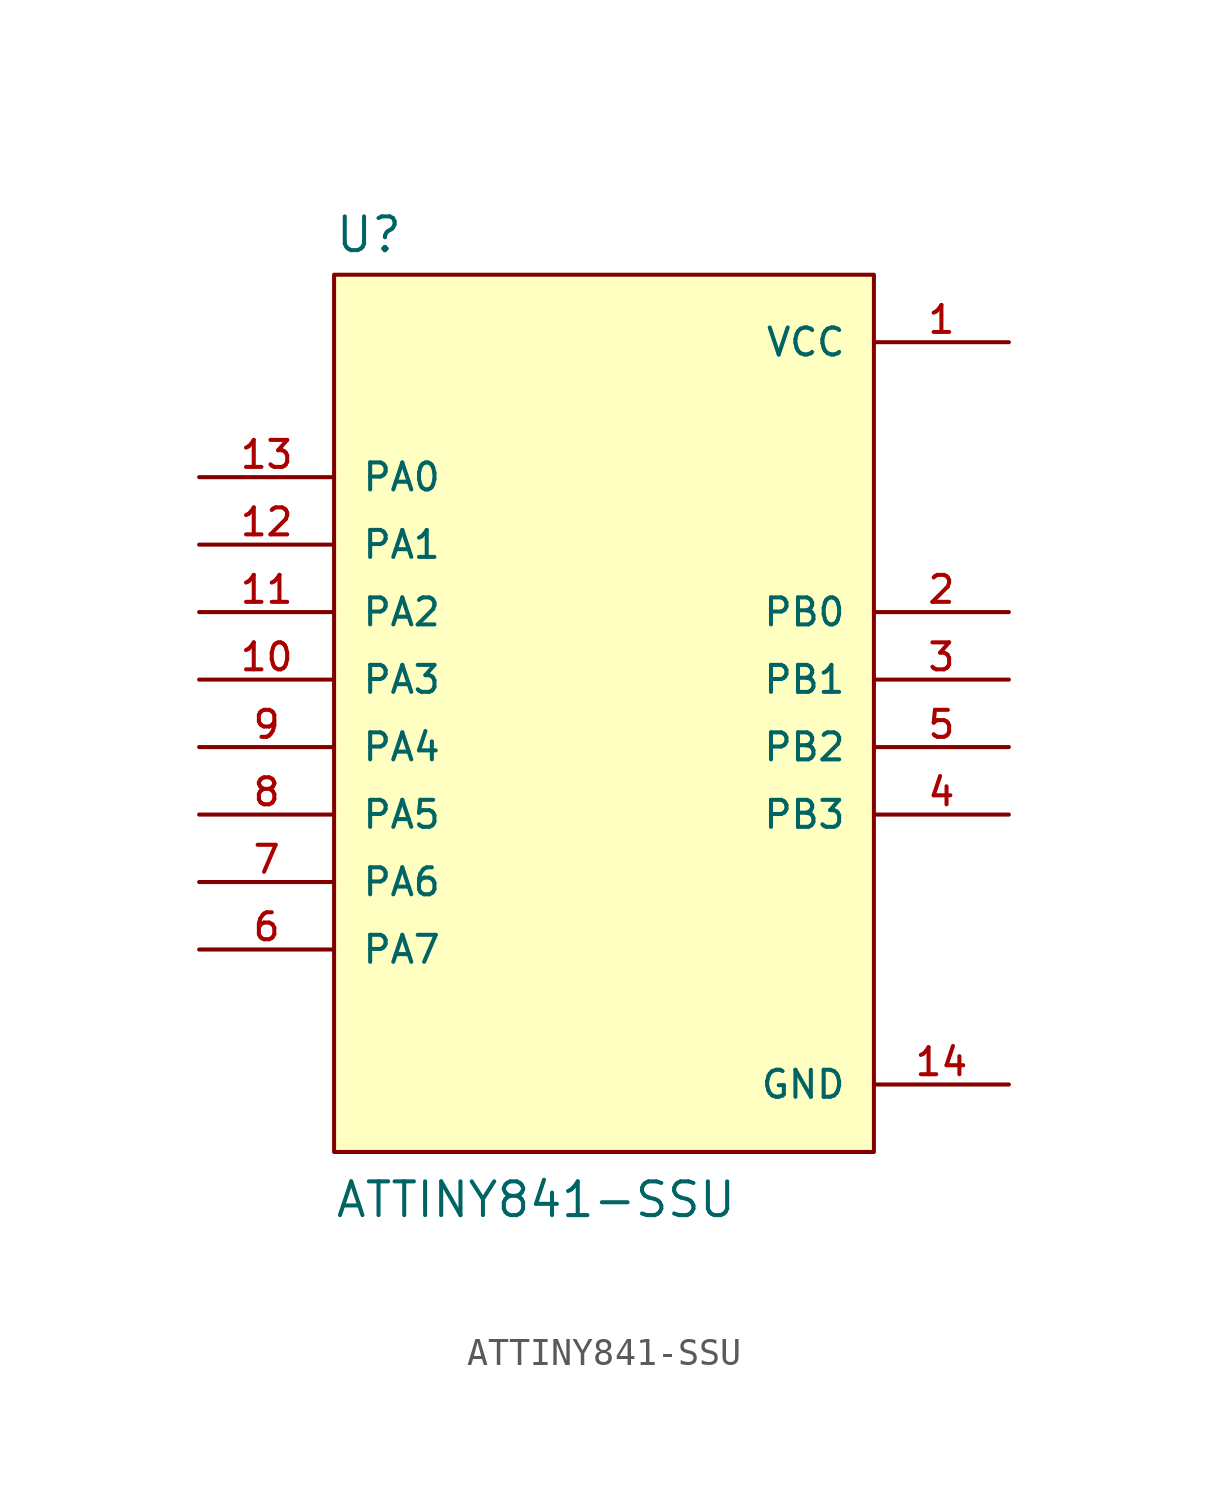
<source format=kicad_sym>
(kicad_symbol_lib
  (version 20220914)
  (generator kicad_symbol_editor)
  (symbol "ATTINY841-SSU"
    (pin_names
      (offset 1.016))
    (property "Reference" "U"
      (at -10.16 16.002 0)
      (effects (font (size 1.27 1.27)) (justify left bottom)))
    (property "Value" "ATTINY841-SSU"
      (at -10.16 -20.32 0)
      (effects (font (size 1.27 1.27)) (justify left bottom)))
    (property "ki_locked" ""
      (at 0 0 0)
      (effects (font (size 1.27 1.27))))
    (symbol "ATTINY841-SSU_0_0"
      (rectangle (start -10.16 -17.78) (end 10.16 15.24) (stroke (width 0.152) (type default)) (fill (type background)))
      (pin power_in line (at 15.24 12.7 180) (length 5.08) (name "VCC" (effects (font (size 1.016 1.016)))) (number "1" (effects (font (size 1.016 1.016)))))
      (pin bidirectional line (at -15.24 0 0) (length 5.08) (name "PA3" (effects (font (size 1.016 1.016)))) (number "10" (effects (font (size 1.016 1.016)))))
      (pin bidirectional line (at -15.24 2.54 0) (length 5.08) (name "PA2" (effects (font (size 1.016 1.016)))) (number "11" (effects (font (size 1.016 1.016)))))
      (pin bidirectional line (at -15.24 5.08 0) (length 5.08) (name "PA1" (effects (font (size 1.016 1.016)))) (number "12" (effects (font (size 1.016 1.016)))))
      (pin bidirectional line (at -15.24 7.62 0) (length 5.08) (name "PA0" (effects (font (size 1.016 1.016)))) (number "13" (effects (font (size 1.016 1.016)))))
      (pin power_in line (at 15.24 -15.24 180) (length 5.08) (name "GND" (effects (font (size 1.016 1.016)))) (number "14" (effects (font (size 1.016 1.016)))))
      (pin bidirectional line (at 15.24 2.54 180) (length 5.08) (name "PB0" (effects (font (size 1.016 1.016)))) (number "2" (effects (font (size 1.016 1.016)))))
      (pin bidirectional line (at 15.24 0 180) (length 5.08) (name "PB1" (effects (font (size 1.016 1.016)))) (number "3" (effects (font (size 1.016 1.016)))))
      (pin bidirectional line (at 15.24 -5.08 180) (length 5.08) (name "PB3" (effects (font (size 1.016 1.016)))) (number "4" (effects (font (size 1.016 1.016)))))
      (pin bidirectional line (at 15.24 -2.54 180) (length 5.08) (name "PB2" (effects (font (size 1.016 1.016)))) (number "5" (effects (font (size 1.016 1.016)))))
      (pin bidirectional line (at -15.24 -10.16 0) (length 5.08) (name "PA7" (effects (font (size 1.016 1.016)))) (number "6" (effects (font (size 1.016 1.016)))))
      (pin bidirectional line (at -15.24 -7.62 0) (length 5.08) (name "PA6" (effects (font (size 1.016 1.016)))) (number "7" (effects (font (size 1.016 1.016)))))
      (pin bidirectional line (at -15.24 -5.08 0) (length 5.08) (name "PA5" (effects (font (size 1.016 1.016)))) (number "8" (effects (font (size 1.016 1.016)))))
      (pin bidirectional line (at -15.24 -2.54 0) (length 5.08) (name "PA4" (effects (font (size 1.016 1.016)))) (number "9" (effects (font (size 1.016 1.016))))))))
</source>
